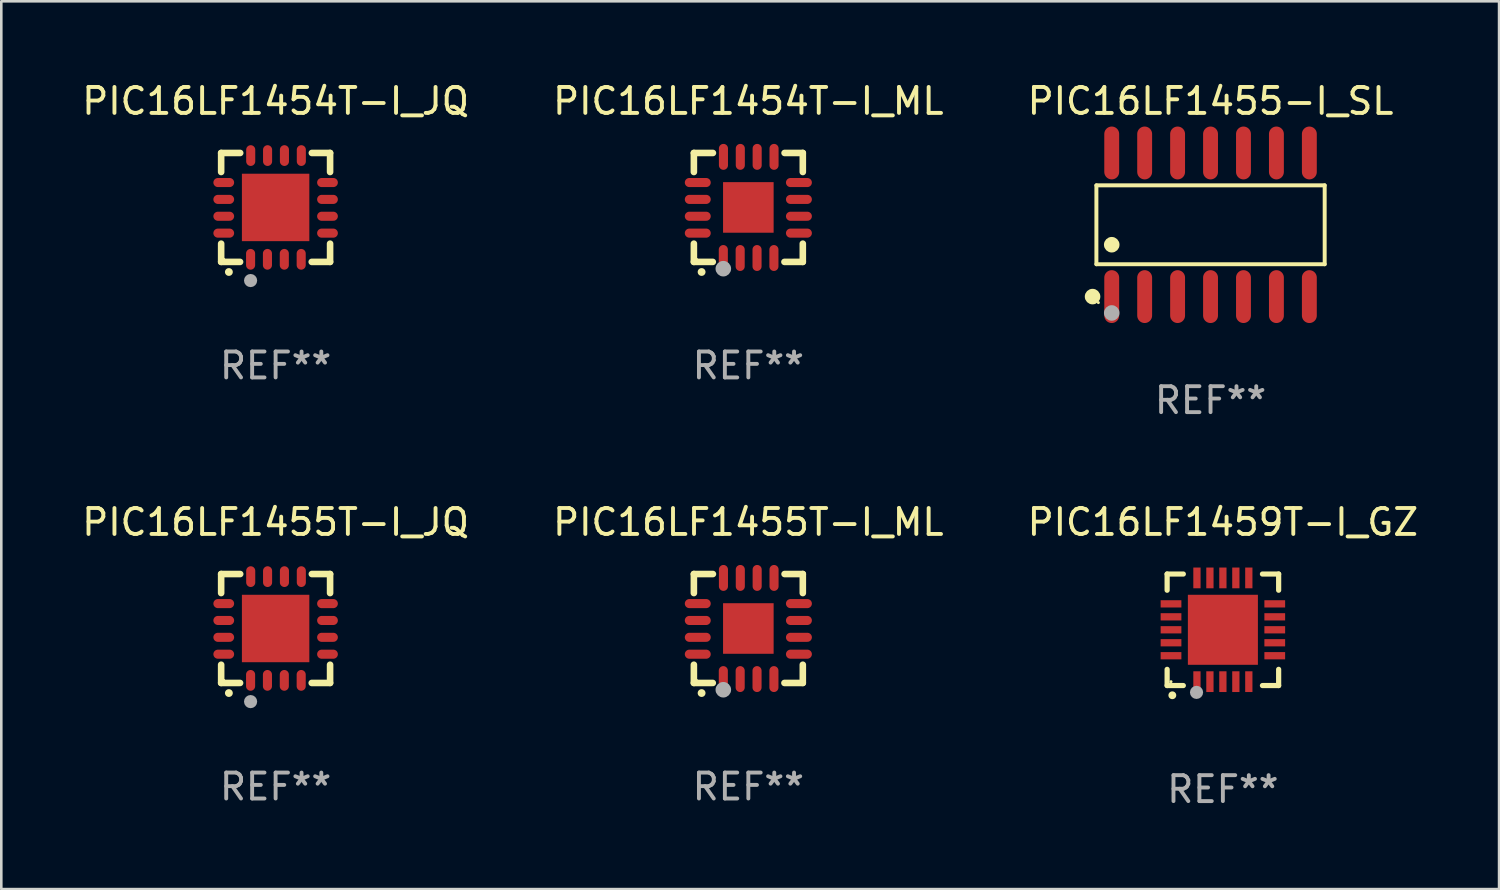
<source format=kicad_pcb>
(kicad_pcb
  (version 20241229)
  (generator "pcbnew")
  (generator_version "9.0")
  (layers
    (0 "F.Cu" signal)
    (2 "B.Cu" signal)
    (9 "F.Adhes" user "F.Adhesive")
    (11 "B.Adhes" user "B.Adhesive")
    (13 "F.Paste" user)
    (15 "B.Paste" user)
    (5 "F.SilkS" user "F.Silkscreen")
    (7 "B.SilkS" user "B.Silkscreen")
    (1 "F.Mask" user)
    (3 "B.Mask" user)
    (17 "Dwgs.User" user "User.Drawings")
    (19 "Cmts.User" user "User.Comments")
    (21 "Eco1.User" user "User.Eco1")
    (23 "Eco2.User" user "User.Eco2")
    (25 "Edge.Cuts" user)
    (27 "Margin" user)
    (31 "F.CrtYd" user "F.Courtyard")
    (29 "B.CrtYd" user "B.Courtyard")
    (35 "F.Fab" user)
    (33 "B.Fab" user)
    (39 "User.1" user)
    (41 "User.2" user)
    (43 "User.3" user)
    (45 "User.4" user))
  (footprint "PIC16LF1454T-I_ML"
    (layer "F.Cu")
    (at 25.804 4.948)
    (property "Reference" "PIC16LF1454T-I_ML" (at 0 -4.1 0) (layer "F.SilkS") (effects (font (size 1 1) (thickness 0.15))))
    (attr through_hole)
    (fp_line (start -2.1 -2.1) (end -1.366 -2.1) (stroke (width 0.254) (type solid)) (layer "F.SilkS"))
    (fp_line (start -2.1 -1.366) (end -2.1 -2.1) (stroke (width 0.254) (type solid)) (layer "F.SilkS"))
    (fp_line (start -2.1 2.1) (end -2.1 1.397) (stroke (width 0.254) (type solid)) (layer "F.SilkS"))
    (fp_line (start -2.1 2.1) (end -1.371 2.1) (stroke (width 0.254) (type solid)) (layer "F.SilkS"))
    (fp_line (start 1.392 2.1) (end 2.1 2.1) (stroke (width 0.254) (type solid)) (layer "F.SilkS"))
    (fp_line (start 1.397 -2.1) (end 2.1 -2.1) (stroke (width 0.254) (type solid)) (layer "F.SilkS"))
    (fp_line (start 2.1 -1.366) (end 2.1 -2.1) (stroke (width 0.254) (type solid)) (layer "F.SilkS"))
    (fp_line (start 2.1 2.1) (end 2.1 1.397) (stroke (width 0.254) (type solid)) (layer "F.SilkS"))
    (fp_arc (start -1.803404 2.489205) (mid -1.802134 2.4892) (end -1.800864 2.489205) (stroke (width 0.3) (type solid)) (layer "F.SilkS"))
    (fp_circle (center -2 2) (end -1.97 2) (stroke (width 0.06) (type solid)) (fill no) (layer "F.SilkS"))
    (fp_circle (center -0.965 2.362) (end -0.815 2.362) (stroke (width 0.3) (type solid)) (fill no) (layer "F.Fab"))
    (fp_text user "REF**" (at 0 6.1 0) (layer "F.Fab") (effects (font (size 1 1) (thickness 0.15))))
    (pad "1" smd oval (at -0.965 1.95) (size 0.35 1) (layers "F.Cu" "F.Mask" "F.Paste"))
    (pad "2" smd oval (at -0.315 1.95) (size 0.35 1) (layers "F.Cu" "F.Mask" "F.Paste"))
    (pad "3" smd oval (at 0.335 1.95) (size 0.35 1) (layers "F.Cu" "F.Mask" "F.Paste"))
    (pad "4" smd oval (at 0.986 1.95) (size 0.35 1) (layers "F.Cu" "F.Mask" "F.Paste"))
    (pad "5" smd oval (at 1.95 0.991) (size 1 0.35) (layers "F.Cu" "F.Mask" "F.Paste"))
    (pad "6" smd oval (at 1.95 0.34) (size 1 0.35) (layers "F.Cu" "F.Mask" "F.Paste"))
    (pad "7" smd oval (at 1.95 -0.31) (size 1 0.35) (layers "F.Cu" "F.Mask" "F.Paste"))
    (pad "8" smd oval (at 1.95 -0.96) (size 1 0.35) (layers "F.Cu" "F.Mask" "F.Paste"))
    (pad "9" smd oval (at 0.991 -1.95) (size 0.35 1) (layers "F.Cu" "F.Mask" "F.Paste"))
    (pad "10" smd oval (at 0.34 -1.95) (size 0.35 1) (layers "F.Cu" "F.Mask" "F.Paste"))
    (pad "11" smd oval (at -0.31 -1.95) (size 0.35 1) (layers "F.Cu" "F.Mask" "F.Paste"))
    (pad "12" smd oval (at -0.96 -1.95) (size 0.35 1) (layers "F.Cu" "F.Mask" "F.Paste"))
    (pad "13" smd oval (at -1.95 -0.96) (size 1 0.35) (layers "F.Cu" "F.Mask" "F.Paste"))
    (pad "14" smd oval (at -1.95 -0.31) (size 1 0.35) (layers "F.Cu" "F.Mask" "F.Paste"))
    (pad "15" smd oval (at -1.95 0.34) (size 1 0.35) (layers "F.Cu" "F.Mask" "F.Paste"))
    (pad "16" smd oval (at -1.95 0.991) (size 1 0.35) (layers "F.Cu" "F.Mask" "F.Paste"))
    (pad "17" smd rect (at 0 0) (size 1.95 1.95) (layers "F.Cu" "F.Mask" "F.Paste")))
  (footprint "PIC16LF1454T-I_JQ"
    (layer "F.Cu")
    (at 7.577 4.948)
    (property "Reference" "PIC16LF1454T-I_JQ" (at 0 -4.1 0) (layer "F.SilkS") (effects (font (size 1 1) (thickness 0.15))))
    (attr through_hole)
    (fp_line (start -2.1 -2.1) (end -1.366 -2.1) (stroke (width 0.254) (type solid)) (layer "F.SilkS"))
    (fp_line (start -2.1 -1.366) (end -2.1 -2.1) (stroke (width 0.254) (type solid)) (layer "F.SilkS"))
    (fp_line (start -2.1 2.1) (end -2.1 1.397) (stroke (width 0.254) (type solid)) (layer "F.SilkS"))
    (fp_line (start -2.1 2.1) (end -1.371 2.1) (stroke (width 0.254) (type solid)) (layer "F.SilkS"))
    (fp_line (start 1.392 2.1) (end 2.1 2.1) (stroke (width 0.254) (type solid)) (layer "F.SilkS"))
    (fp_line (start 1.397 -2.1) (end 2.1 -2.1) (stroke (width 0.254) (type solid)) (layer "F.SilkS"))
    (fp_line (start 2.1 -1.366) (end 2.1 -2.1) (stroke (width 0.254) (type solid)) (layer "F.SilkS"))
    (fp_line (start 2.1 2.1) (end 2.1 1.397) (stroke (width 0.254) (type solid)) (layer "F.SilkS"))
    (fp_arc (start -1.803404 2.489205) (mid -1.802134 2.4892) (end -1.800864 2.489205) (stroke (width 0.3) (type solid)) (layer "F.SilkS"))
    (fp_circle (center -2 2) (end -1.97 2) (stroke (width 0.06) (type solid)) (fill no) (layer "F.SilkS"))
    (fp_circle (center -0.965 2.819) (end -0.838 2.819) (stroke (width 0.254) (type solid)) (fill no) (layer "F.Fab"))
    (fp_text user "REF**" (at 0 6.1 0) (layer "F.Fab") (effects (font (size 1 1) (thickness 0.15))))
    (pad "1" smd oval (at -0.965 2) (size 0.35 0.8) (layers "F.Cu" "F.Mask" "F.Paste"))
    (pad "2" smd oval (at -0.315 2) (size 0.35 0.8) (layers "F.Cu" "F.Mask" "F.Paste"))
    (pad "3" smd oval (at 0.335 2) (size 0.35 0.8) (layers "F.Cu" "F.Mask" "F.Paste"))
    (pad "4" smd oval (at 0.986 2) (size 0.35 0.8) (layers "F.Cu" "F.Mask" "F.Paste"))
    (pad "5" smd oval (at 2 0.991 90) (size 0.35 0.8) (layers "F.Cu" "F.Mask" "F.Paste"))
    (pad "6" smd oval (at 2 0.34 90) (size 0.35 0.8) (layers "F.Cu" "F.Mask" "F.Paste"))
    (pad "7" smd oval (at 2 -0.31 90) (size 0.35 0.8) (layers "F.Cu" "F.Mask" "F.Paste"))
    (pad "8" smd oval (at 2 -0.96 90) (size 0.35 0.8) (layers "F.Cu" "F.Mask" "F.Paste"))
    (pad "9" smd oval (at 0.991 -2) (size 0.35 0.8) (layers "F.Cu" "F.Mask" "F.Paste"))
    (pad "10" smd oval (at 0.34 -2) (size 0.35 0.8) (layers "F.Cu" "F.Mask" "F.Paste"))
    (pad "11" smd oval (at -0.31 -2) (size 0.35 0.8) (layers "F.Cu" "F.Mask" "F.Paste"))
    (pad "12" smd oval (at -0.96 -2) (size 0.35 0.8) (layers "F.Cu" "F.Mask" "F.Paste"))
    (pad "13" smd oval (at -2 -0.96 90) (size 0.35 0.8) (layers "F.Cu" "F.Mask" "F.Paste"))
    (pad "14" smd oval (at -2 -0.31 90) (size 0.35 0.8) (layers "F.Cu" "F.Mask" "F.Paste"))
    (pad "15" smd oval (at -2 0.34 90) (size 0.35 0.8) (layers "F.Cu" "F.Mask" "F.Paste"))
    (pad "16" smd oval (at -2 0.991 90) (size 0.35 0.8) (layers "F.Cu" "F.Mask" "F.Paste"))
    (pad "17" smd rect (at 0 0 90) (size 2.6 2.6) (layers "F.Cu" "F.Mask" "F.Paste")))
  (footprint "PIC16LF1455-I_SL"
    (layer "F.Cu")
    (at 43.625 5.617)
    (property "Reference" "PIC16LF1455-I_SL" (at 0 -4.769 0) (layer "F.SilkS") (effects (font (size 1 1) (thickness 0.15))))
    (attr through_hole)
    (fp_line (start -4.401 -1.521) (end 4.401 -1.521) (stroke (width 0.152) (type solid)) (layer "F.SilkS"))
    (fp_line (start -4.401 1.521) (end -4.401 -1.521) (stroke (width 0.152) (type solid)) (layer "F.SilkS"))
    (fp_line (start 4.401 -1.521) (end 4.401 1.521) (stroke (width 0.152) (type solid)) (layer "F.SilkS"))
    (fp_line (start 4.401 1.521) (end -4.401 1.521) (stroke (width 0.152) (type solid)) (layer "F.SilkS"))
    (fp_circle (center -4.549 2.769) (end -4.399 2.769) (stroke (width 0.3) (type solid)) (fill no) (layer "F.SilkS"))
    (fp_circle (center -4.325 3) (end -4.295 3) (stroke (width 0.06) (type solid)) (fill no) (layer "F.SilkS"))
    (fp_circle (center -3.81 0.769) (end -3.66 0.769) (stroke (width 0.3) (type solid)) (fill no) (layer "F.SilkS"))
    (fp_circle (center -3.81 3.4) (end -3.66 3.4) (stroke (width 0.3) (type solid)) (fill no) (layer "F.Fab"))
    (fp_text user "REF**" (at 0 6.769 0) (layer "F.Fab") (effects (font (size 1 1) (thickness 0.15))))
    (pad "1" smd oval (at -3.81 2.769) (size 0.574 2.038) (layers "F.Cu" "F.Mask" "F.Paste"))
    (pad "2" smd oval (at -2.54 2.769) (size 0.574 2.038) (layers "F.Cu" "F.Mask" "F.Paste"))
    (pad "3" smd oval (at -1.27 2.769) (size 0.574 2.038) (layers "F.Cu" "F.Mask" "F.Paste"))
    (pad "4" smd oval (at 0 2.769) (size 0.574 2.038) (layers "F.Cu" "F.Mask" "F.Paste"))
    (pad "5" smd oval (at 1.27 2.769) (size 0.574 2.038) (layers "F.Cu" "F.Mask" "F.Paste"))
    (pad "6" smd oval (at 2.54 2.769) (size 0.574 2.038) (layers "F.Cu" "F.Mask" "F.Paste"))
    (pad "7" smd oval (at 3.81 2.769) (size 0.574 2.038) (layers "F.Cu" "F.Mask" "F.Paste"))
    (pad "8" smd oval (at 3.81 -2.769) (size 0.574 2.038) (layers "F.Cu" "F.Mask" "F.Paste"))
    (pad "9" smd oval (at 2.54 -2.769) (size 0.574 2.038) (layers "F.Cu" "F.Mask" "F.Paste"))
    (pad "10" smd oval (at 1.27 -2.769) (size 0.574 2.038) (layers "F.Cu" "F.Mask" "F.Paste"))
    (pad "11" smd oval (at 0 -2.769) (size 0.574 2.038) (layers "F.Cu" "F.Mask" "F.Paste"))
    (pad "12" smd oval (at -1.27 -2.769) (size 0.574 2.038) (layers "F.Cu" "F.Mask" "F.Paste"))
    (pad "13" smd oval (at -2.54 -2.769) (size 0.574 2.038) (layers "F.Cu" "F.Mask" "F.Paste"))
    (pad "14" smd oval (at -3.81 -2.769) (size 0.574 2.038) (layers "F.Cu" "F.Mask" "F.Paste")))
  (footprint "PIC16LF1459T-I_GZ"
    (layer "F.Cu")
    (at 44.101 21.233)
    (property "Reference" "PIC16LF1459T-I_GZ" (at 0 -4.15 0) (layer "F.SilkS") (effects (font (size 1 1) (thickness 0.15))))
    (attr through_hole)
    (fp_line (start -2.15 -2.15) (end -2.15 -1.525) (stroke (width 0.2) (type solid)) (layer "F.SilkS"))
    (fp_line (start -2.15 2.15) (end -2.15 1.525) (stroke (width 0.2) (type solid)) (layer "F.SilkS"))
    (fp_line (start -1.525 -2.15) (end -2.15 -2.15) (stroke (width 0.2) (type solid)) (layer "F.SilkS"))
    (fp_line (start -1.525 2.15) (end -2.15 2.15) (stroke (width 0.2) (type solid)) (layer "F.SilkS"))
    (fp_line (start 1.525 2.15) (end 2.15 2.15) (stroke (width 0.2) (type solid)) (layer "F.SilkS"))
    (fp_line (start 2.15 -2.15) (end 1.525 -2.15) (stroke (width 0.2) (type solid)) (layer "F.SilkS"))
    (fp_line (start 2.15 -1.525) (end 2.15 -2.15) (stroke (width 0.2) (type solid)) (layer "F.SilkS"))
    (fp_line (start 2.15 2.15) (end 2.15 1.525) (stroke (width 0.2) (type solid)) (layer "F.SilkS"))
    (fp_arc (start -1.950724 2.524765) (mid -1.949454 2.52476) (end -1.948184 2.524765) (stroke (width 0.3) (type solid)) (layer "F.SilkS"))
    (fp_circle (center -2 2) (end -1.97 2) (stroke (width 0.06) (type solid)) (fill no) (layer "F.SilkS"))
    (fp_circle (center -1.016 2.413) (end -0.889 2.413) (stroke (width 0.254) (type solid)) (fill no) (layer "F.Fab"))
    (fp_text user "REF**" (at 0 6.15 0) (layer "F.Fab") (effects (font (size 1 1) (thickness 0.15))))
    (pad "1" smd rect (at -1 2 180) (size 0.28 0.8) (layers "F.Cu" "F.Mask" "F.Paste"))
    (pad "2" smd rect (at -0.5 2 180) (size 0.28 0.8) (layers "F.Cu" "F.Mask" "F.Paste"))
    (pad "3" smd rect (at 0 2 180) (size 0.28 0.8) (layers "F.Cu" "F.Mask" "F.Paste"))
    (pad "4" smd rect (at 0.5 2 180) (size 0.28 0.8) (layers "F.Cu" "F.Mask" "F.Paste"))
    (pad "5" smd rect (at 1 2 180) (size 0.28 0.8) (layers "F.Cu" "F.Mask" "F.Paste"))
    (pad "6" smd rect (at 2 1 90) (size 0.28 0.8) (layers "F.Cu" "F.Mask" "F.Paste"))
    (pad "7" smd rect (at 2 0.5 90) (size 0.28 0.8) (layers "F.Cu" "F.Mask" "F.Paste"))
    (pad "8" smd rect (at 2 0 90) (size 0.28 0.8) (layers "F.Cu" "F.Mask" "F.Paste"))
    (pad "9" smd rect (at 2 -0.5 90) (size 0.28 0.8) (layers "F.Cu" "F.Mask" "F.Paste"))
    (pad "10" smd rect (at 2 -1 90) (size 0.28 0.8) (layers "F.Cu" "F.Mask" "F.Paste"))
    (pad "11" smd rect (at 1 -2 180) (size 0.28 0.8) (layers "F.Cu" "F.Mask" "F.Paste"))
    (pad "12" smd rect (at 0.5 -2 180) (size 0.28 0.8) (layers "F.Cu" "F.Mask" "F.Paste"))
    (pad "13" smd rect (at 0 -2 180) (size 0.28 0.8) (layers "F.Cu" "F.Mask" "F.Paste"))
    (pad "14" smd rect (at -0.5 -2 180) (size 0.28 0.8) (layers "F.Cu" "F.Mask" "F.Paste"))
    (pad "15" smd rect (at -1 -2 180) (size 0.28 0.8) (layers "F.Cu" "F.Mask" "F.Paste"))
    (pad "16" smd rect (at -2 -1 90) (size 0.28 0.8) (layers "F.Cu" "F.Mask" "F.Paste"))
    (pad "17" smd rect (at -2 -0.5 90) (size 0.28 0.8) (layers "F.Cu" "F.Mask" "F.Paste"))
    (pad "18" smd rect (at -2 0 90) (size 0.28 0.8) (layers "F.Cu" "F.Mask" "F.Paste"))
    (pad "19" smd rect (at -2 0.5 90) (size 0.28 0.8) (layers "F.Cu" "F.Mask" "F.Paste"))
    (pad "20" smd rect (at -2 1 90) (size 0.28 0.8) (layers "F.Cu" "F.Mask" "F.Paste"))
    (pad "21" smd rect (at 0 0 90) (size 2.7 2.7) (layers "F.Cu" "F.Mask" "F.Paste")))
  (footprint "PIC16LF1455T-I_JQ"
    (layer "F.Cu")
    (at 7.577 21.183)
    (property "Reference" "PIC16LF1455T-I_JQ" (at 0 -4.1 0) (layer "F.SilkS") (effects (font (size 1 1) (thickness 0.15))))
    (attr through_hole)
    (fp_line (start -2.1 -2.1) (end -1.366 -2.1) (stroke (width 0.254) (type solid)) (layer "F.SilkS"))
    (fp_line (start -2.1 -1.366) (end -2.1 -2.1) (stroke (width 0.254) (type solid)) (layer "F.SilkS"))
    (fp_line (start -2.1 2.1) (end -2.1 1.397) (stroke (width 0.254) (type solid)) (layer "F.SilkS"))
    (fp_line (start -2.1 2.1) (end -1.371 2.1) (stroke (width 0.254) (type solid)) (layer "F.SilkS"))
    (fp_line (start 1.392 2.1) (end 2.1 2.1) (stroke (width 0.254) (type solid)) (layer "F.SilkS"))
    (fp_line (start 1.397 -2.1) (end 2.1 -2.1) (stroke (width 0.254) (type solid)) (layer "F.SilkS"))
    (fp_line (start 2.1 -1.366) (end 2.1 -2.1) (stroke (width 0.254) (type solid)) (layer "F.SilkS"))
    (fp_line (start 2.1 2.1) (end 2.1 1.397) (stroke (width 0.254) (type solid)) (layer "F.SilkS"))
    (fp_arc (start -1.803404 2.489205) (mid -1.802134 2.4892) (end -1.800864 2.489205) (stroke (width 0.3) (type solid)) (layer "F.SilkS"))
    (fp_circle (center -2 2) (end -1.97 2) (stroke (width 0.06) (type solid)) (fill no) (layer "F.SilkS"))
    (fp_circle (center -0.965 2.819) (end -0.838 2.819) (stroke (width 0.254) (type solid)) (fill no) (layer "F.Fab"))
    (fp_text user "REF**" (at 0 6.1 0) (layer "F.Fab") (effects (font (size 1 1) (thickness 0.15))))
    (pad "1" smd oval (at -0.965 2) (size 0.35 0.8) (layers "F.Cu" "F.Mask" "F.Paste"))
    (pad "2" smd oval (at -0.315 2) (size 0.35 0.8) (layers "F.Cu" "F.Mask" "F.Paste"))
    (pad "3" smd oval (at 0.335 2) (size 0.35 0.8) (layers "F.Cu" "F.Mask" "F.Paste"))
    (pad "4" smd oval (at 0.986 2) (size 0.35 0.8) (layers "F.Cu" "F.Mask" "F.Paste"))
    (pad "5" smd oval (at 2 0.991 90) (size 0.35 0.8) (layers "F.Cu" "F.Mask" "F.Paste"))
    (pad "6" smd oval (at 2 0.34 90) (size 0.35 0.8) (layers "F.Cu" "F.Mask" "F.Paste"))
    (pad "7" smd oval (at 2 -0.31 90) (size 0.35 0.8) (layers "F.Cu" "F.Mask" "F.Paste"))
    (pad "8" smd oval (at 2 -0.96 90) (size 0.35 0.8) (layers "F.Cu" "F.Mask" "F.Paste"))
    (pad "9" smd oval (at 0.991 -2) (size 0.35 0.8) (layers "F.Cu" "F.Mask" "F.Paste"))
    (pad "10" smd oval (at 0.34 -2) (size 0.35 0.8) (layers "F.Cu" "F.Mask" "F.Paste"))
    (pad "11" smd oval (at -0.31 -2) (size 0.35 0.8) (layers "F.Cu" "F.Mask" "F.Paste"))
    (pad "12" smd oval (at -0.96 -2) (size 0.35 0.8) (layers "F.Cu" "F.Mask" "F.Paste"))
    (pad "13" smd oval (at -2 -0.96 90) (size 0.35 0.8) (layers "F.Cu" "F.Mask" "F.Paste"))
    (pad "14" smd oval (at -2 -0.31 90) (size 0.35 0.8) (layers "F.Cu" "F.Mask" "F.Paste"))
    (pad "15" smd oval (at -2 0.34 90) (size 0.35 0.8) (layers "F.Cu" "F.Mask" "F.Paste"))
    (pad "16" smd oval (at -2 0.991 90) (size 0.35 0.8) (layers "F.Cu" "F.Mask" "F.Paste"))
    (pad "17" smd rect (at 0 0 90) (size 2.6 2.6) (layers "F.Cu" "F.Mask" "F.Paste")))
  (footprint "PIC16LF1455T-I_ML"
    (layer "F.Cu")
    (at 25.804 21.183)
    (property "Reference" "PIC16LF1455T-I_ML" (at 0 -4.1 0) (layer "F.SilkS") (effects (font (size 1 1) (thickness 0.15))))
    (attr through_hole)
    (fp_line (start -2.1 -2.1) (end -1.366 -2.1) (stroke (width 0.254) (type solid)) (layer "F.SilkS"))
    (fp_line (start -2.1 -1.366) (end -2.1 -2.1) (stroke (width 0.254) (type solid)) (layer "F.SilkS"))
    (fp_line (start -2.1 2.1) (end -2.1 1.397) (stroke (width 0.254) (type solid)) (layer "F.SilkS"))
    (fp_line (start -2.1 2.1) (end -1.371 2.1) (stroke (width 0.254) (type solid)) (layer "F.SilkS"))
    (fp_line (start 1.392 2.1) (end 2.1 2.1) (stroke (width 0.254) (type solid)) (layer "F.SilkS"))
    (fp_line (start 1.397 -2.1) (end 2.1 -2.1) (stroke (width 0.254) (type solid)) (layer "F.SilkS"))
    (fp_line (start 2.1 -1.366) (end 2.1 -2.1) (stroke (width 0.254) (type solid)) (layer "F.SilkS"))
    (fp_line (start 2.1 2.1) (end 2.1 1.397) (stroke (width 0.254) (type solid)) (layer "F.SilkS"))
    (fp_arc (start -1.803404 2.489205) (mid -1.802134 2.4892) (end -1.800864 2.489205) (stroke (width 0.3) (type solid)) (layer "F.SilkS"))
    (fp_circle (center -2 2) (end -1.97 2) (stroke (width 0.06) (type solid)) (fill no) (layer "F.SilkS"))
    (fp_circle (center -0.965 2.362) (end -0.815 2.362) (stroke (width 0.3) (type solid)) (fill no) (layer "F.Fab"))
    (fp_text user "REF**" (at 0 6.1 0) (layer "F.Fab") (effects (font (size 1 1) (thickness 0.15))))
    (pad "1" smd oval (at -0.965 1.95) (size 0.35 1) (layers "F.Cu" "F.Mask" "F.Paste"))
    (pad "2" smd oval (at -0.315 1.95) (size 0.35 1) (layers "F.Cu" "F.Mask" "F.Paste"))
    (pad "3" smd oval (at 0.335 1.95) (size 0.35 1) (layers "F.Cu" "F.Mask" "F.Paste"))
    (pad "4" smd oval (at 0.986 1.95) (size 0.35 1) (layers "F.Cu" "F.Mask" "F.Paste"))
    (pad "5" smd oval (at 1.95 0.991) (size 1 0.35) (layers "F.Cu" "F.Mask" "F.Paste"))
    (pad "6" smd oval (at 1.95 0.34) (size 1 0.35) (layers "F.Cu" "F.Mask" "F.Paste"))
    (pad "7" smd oval (at 1.95 -0.31) (size 1 0.35) (layers "F.Cu" "F.Mask" "F.Paste"))
    (pad "8" smd oval (at 1.95 -0.96) (size 1 0.35) (layers "F.Cu" "F.Mask" "F.Paste"))
    (pad "9" smd oval (at 0.991 -1.95) (size 0.35 1) (layers "F.Cu" "F.Mask" "F.Paste"))
    (pad "10" smd oval (at 0.34 -1.95) (size 0.35 1) (layers "F.Cu" "F.Mask" "F.Paste"))
    (pad "11" smd oval (at -0.31 -1.95) (size 0.35 1) (layers "F.Cu" "F.Mask" "F.Paste"))
    (pad "12" smd oval (at -0.96 -1.95) (size 0.35 1) (layers "F.Cu" "F.Mask" "F.Paste"))
    (pad "13" smd oval (at -1.95 -0.96) (size 1 0.35) (layers "F.Cu" "F.Mask" "F.Paste"))
    (pad "14" smd oval (at -1.95 -0.31) (size 1 0.35) (layers "F.Cu" "F.Mask" "F.Paste"))
    (pad "15" smd oval (at -1.95 0.34) (size 1 0.35) (layers "F.Cu" "F.Mask" "F.Paste"))
    (pad "16" smd oval (at -1.95 0.991) (size 1 0.35) (layers "F.Cu" "F.Mask" "F.Paste"))
    (pad "17" smd rect (at 0 0) (size 1.95 1.95) (layers "F.Cu" "F.Mask" "F.Paste")))
  (gr_rect
    (start -3 -3)
    (end 54.75 31.231)
    (stroke (width 0.1) (type default))
    (fill no)
    (layer "Edge.Cuts")))
</source>
